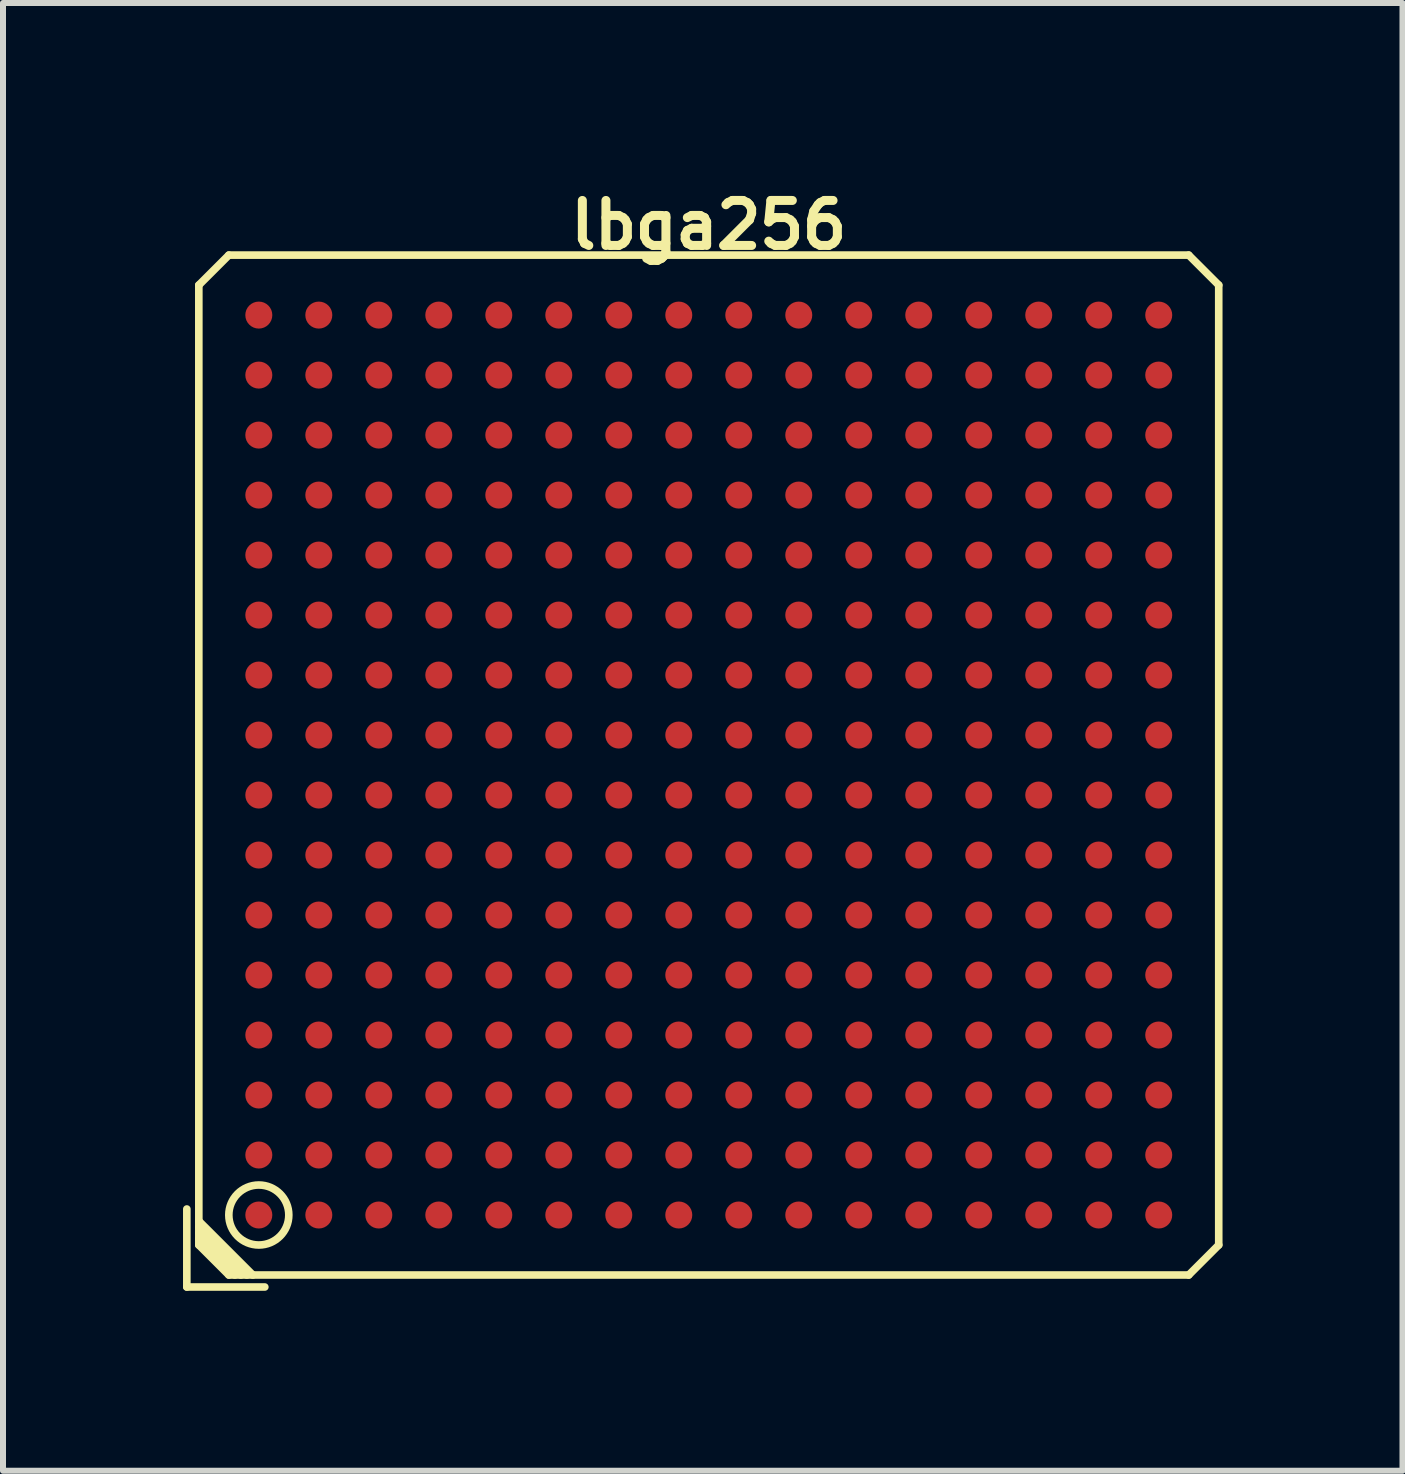
<source format=kicad_pcb>
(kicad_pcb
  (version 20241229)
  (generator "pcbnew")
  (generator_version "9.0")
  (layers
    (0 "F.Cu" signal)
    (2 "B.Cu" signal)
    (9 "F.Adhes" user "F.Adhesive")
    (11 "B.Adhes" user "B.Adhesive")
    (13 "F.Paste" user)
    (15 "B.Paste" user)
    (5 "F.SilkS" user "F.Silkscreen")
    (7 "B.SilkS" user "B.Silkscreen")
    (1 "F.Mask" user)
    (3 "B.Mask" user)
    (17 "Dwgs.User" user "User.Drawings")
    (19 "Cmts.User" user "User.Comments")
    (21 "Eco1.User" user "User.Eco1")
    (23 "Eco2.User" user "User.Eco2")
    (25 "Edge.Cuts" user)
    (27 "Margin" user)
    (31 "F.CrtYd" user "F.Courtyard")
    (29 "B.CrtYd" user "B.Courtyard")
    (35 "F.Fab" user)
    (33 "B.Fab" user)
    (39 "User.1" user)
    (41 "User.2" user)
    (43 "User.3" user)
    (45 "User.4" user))
  (footprint "lbga256"
    (layer "F.Cu")
    (at 8.764 9.702)
    (property "Reference" "lbga256" (at 0 -9 0) (layer "F.SilkS") (effects (font (size 0.75 0.75) (thickness 0.15))))
    (attr through_hole)
    (fp_line (start -8.7 7.4) (end -8.7 8.7) (stroke (width 0.127) (type solid)) (layer "F.SilkS"))
    (fp_line (start -8.7 8.7) (end -7.4 8.7) (stroke (width 0.127) (type solid)) (layer "F.SilkS"))
    (fp_line (start -8.5 -8) (end -8.5 8) (stroke (width 0.127) (type solid)) (layer "F.SilkS"))
    (fp_line (start -8.5 -8) (end -8 -8.5) (stroke (width 0.127) (type solid)) (layer "F.SilkS"))
    (fp_line (start -8.5 7.7) (end -7.7 8.5) (stroke (width 0.127) (type solid)) (layer "F.SilkS"))
    (fp_line (start -8.5 7.9) (end -7.9 8.5) (stroke (width 0.127) (type solid)) (layer "F.SilkS"))
    (fp_line (start -8 8.5) (end -8.5 8) (stroke (width 0.127) (type solid)) (layer "F.SilkS"))
    (fp_line (start -8 8.5) (end 8 8.5) (stroke (width 0.127) (type solid)) (layer "F.SilkS"))
    (fp_line (start -7.8 8.5) (end -8.5 7.8) (stroke (width 0.127) (type solid)) (layer "F.SilkS"))
    (fp_line (start -7.6 8.5) (end -8.5 7.6) (stroke (width 0.127) (type solid)) (layer "F.SilkS"))
    (fp_line (start 8 -8.5) (end -8 -8.5) (stroke (width 0.127) (type solid)) (layer "F.SilkS"))
    (fp_line (start 8 -8.5) (end 8.5 -8) (stroke (width 0.127) (type solid)) (layer "F.SilkS"))
    (fp_line (start 8.5 8) (end 8 8.5) (stroke (width 0.127) (type solid)) (layer "F.SilkS"))
    (fp_line (start 8.5 8) (end 8.5 -8) (stroke (width 0.127) (type solid)) (layer "F.SilkS"))
    (fp_circle (center -7.5 7.5) (end -7.9 7.8) (stroke (width 0.127) (type solid)) (fill no) (layer "F.SilkS"))
    (pad "A1" smd circle (at -7.5 7.5) (size 0.45 0.45) (layers "F.Cu" "F.Mask" "F.Paste"))
    (pad "A2" smd circle (at -6.5 7.5) (size 0.45 0.45) (layers "F.Cu" "F.Mask" "F.Paste"))
    (pad "A3" smd circle (at -5.5 7.5) (size 0.45 0.45) (layers "F.Cu" "F.Mask" "F.Paste"))
    (pad "A4" smd circle (at -4.5 7.5) (size 0.45 0.45) (layers "F.Cu" "F.Mask" "F.Paste"))
    (pad "A5" smd circle (at -3.5 7.5) (size 0.45 0.45) (layers "F.Cu" "F.Mask" "F.Paste"))
    (pad "A6" smd circle (at -2.5 7.5) (size 0.45 0.45) (layers "F.Cu" "F.Mask" "F.Paste"))
    (pad "A7" smd circle (at -1.5 7.5) (size 0.45 0.45) (layers "F.Cu" "F.Mask" "F.Paste"))
    (pad "A8" smd circle (at -0.5 7.5) (size 0.45 0.45) (layers "F.Cu" "F.Mask" "F.Paste"))
    (pad "A9" smd circle (at 0.5 7.5) (size 0.45 0.45) (layers "F.Cu" "F.Mask" "F.Paste"))
    (pad "A10" smd circle (at 1.5 7.5) (size 0.45 0.45) (layers "F.Cu" "F.Mask" "F.Paste"))
    (pad "A11" smd circle (at 2.5 7.5) (size 0.45 0.45) (layers "F.Cu" "F.Mask" "F.Paste"))
    (pad "A12" smd circle (at 3.5 7.5) (size 0.45 0.45) (layers "F.Cu" "F.Mask" "F.Paste"))
    (pad "A13" smd circle (at 4.5 7.5) (size 0.45 0.45) (layers "F.Cu" "F.Mask" "F.Paste"))
    (pad "A14" smd circle (at 5.5 7.5) (size 0.45 0.45) (layers "F.Cu" "F.Mask" "F.Paste"))
    (pad "A15" smd circle (at 6.5 7.5) (size 0.45 0.45) (layers "F.Cu" "F.Mask" "F.Paste"))
    (pad "A16" smd circle (at 7.5 7.5) (size 0.45 0.45) (layers "F.Cu" "F.Mask" "F.Paste"))
    (pad "B1" smd circle (at -7.5 6.5) (size 0.45 0.45) (layers "F.Cu" "F.Mask" "F.Paste"))
    (pad "B2" smd circle (at -6.5 6.5) (size 0.45 0.45) (layers "F.Cu" "F.Mask" "F.Paste"))
    (pad "B3" smd circle (at -5.5 6.5) (size 0.45 0.45) (layers "F.Cu" "F.Mask" "F.Paste"))
    (pad "B4" smd circle (at -4.5 6.5) (size 0.45 0.45) (layers "F.Cu" "F.Mask" "F.Paste"))
    (pad "B5" smd circle (at -3.5 6.5) (size 0.45 0.45) (layers "F.Cu" "F.Mask" "F.Paste"))
    (pad "B6" smd circle (at -2.5 6.5) (size 0.45 0.45) (layers "F.Cu" "F.Mask" "F.Paste"))
    (pad "B7" smd circle (at -1.5 6.5) (size 0.45 0.45) (layers "F.Cu" "F.Mask" "F.Paste"))
    (pad "B8" smd circle (at -0.5 6.5) (size 0.45 0.45) (layers "F.Cu" "F.Mask" "F.Paste"))
    (pad "B9" smd circle (at 0.5 6.5) (size 0.45 0.45) (layers "F.Cu" "F.Mask" "F.Paste"))
    (pad "B10" smd circle (at 1.5 6.5) (size 0.45 0.45) (layers "F.Cu" "F.Mask" "F.Paste"))
    (pad "B11" smd circle (at 2.5 6.5) (size 0.45 0.45) (layers "F.Cu" "F.Mask" "F.Paste"))
    (pad "B12" smd circle (at 3.5 6.5) (size 0.45 0.45) (layers "F.Cu" "F.Mask" "F.Paste"))
    (pad "B13" smd circle (at 4.5 6.5) (size 0.45 0.45) (layers "F.Cu" "F.Mask" "F.Paste"))
    (pad "B14" smd circle (at 5.5 6.5) (size 0.45 0.45) (layers "F.Cu" "F.Mask" "F.Paste"))
    (pad "B15" smd circle (at 6.5 6.5) (size 0.45 0.45) (layers "F.Cu" "F.Mask" "F.Paste"))
    (pad "B16" smd circle (at 7.5 6.5) (size 0.45 0.45) (layers "F.Cu" "F.Mask" "F.Paste"))
    (pad "C1" smd circle (at -7.5 5.5) (size 0.45 0.45) (layers "F.Cu" "F.Mask" "F.Paste"))
    (pad "C2" smd circle (at -6.5 5.5) (size 0.45 0.45) (layers "F.Cu" "F.Mask" "F.Paste"))
    (pad "C3" smd circle (at -5.5 5.5) (size 0.45 0.45) (layers "F.Cu" "F.Mask" "F.Paste"))
    (pad "C4" smd circle (at -4.5 5.5) (size 0.45 0.45) (layers "F.Cu" "F.Mask" "F.Paste"))
    (pad "C5" smd circle (at -3.5 5.5) (size 0.45 0.45) (layers "F.Cu" "F.Mask" "F.Paste"))
    (pad "C6" smd circle (at -2.5 5.5) (size 0.45 0.45) (layers "F.Cu" "F.Mask" "F.Paste"))
    (pad "C7" smd circle (at -1.5 5.5) (size 0.45 0.45) (layers "F.Cu" "F.Mask" "F.Paste"))
    (pad "C8" smd circle (at -0.5 5.5) (size 0.45 0.45) (layers "F.Cu" "F.Mask" "F.Paste"))
    (pad "C9" smd circle (at 0.5 5.5) (size 0.45 0.45) (layers "F.Cu" "F.Mask" "F.Paste"))
    (pad "C10" smd circle (at 1.5 5.5) (size 0.45 0.45) (layers "F.Cu" "F.Mask" "F.Paste"))
    (pad "C11" smd circle (at 2.5 5.5) (size 0.45 0.45) (layers "F.Cu" "F.Mask" "F.Paste"))
    (pad "C12" smd circle (at 3.5 5.5) (size 0.45 0.45) (layers "F.Cu" "F.Mask" "F.Paste"))
    (pad "C13" smd circle (at 4.5 5.5) (size 0.45 0.45) (layers "F.Cu" "F.Mask" "F.Paste"))
    (pad "C14" smd circle (at 5.5 5.5) (size 0.45 0.45) (layers "F.Cu" "F.Mask" "F.Paste"))
    (pad "C15" smd circle (at 6.5 5.5) (size 0.45 0.45) (layers "F.Cu" "F.Mask" "F.Paste"))
    (pad "C16" smd circle (at 7.5 5.5) (size 0.45 0.45) (layers "F.Cu" "F.Mask" "F.Paste"))
    (pad "D1" smd circle (at -7.5 4.5) (size 0.45 0.45) (layers "F.Cu" "F.Mask" "F.Paste"))
    (pad "D2" smd circle (at -6.5 4.5) (size 0.45 0.45) (layers "F.Cu" "F.Mask" "F.Paste"))
    (pad "D3" smd circle (at -5.5 4.5) (size 0.45 0.45) (layers "F.Cu" "F.Mask" "F.Paste"))
    (pad "D4" smd circle (at -4.5 4.5) (size 0.45 0.45) (layers "F.Cu" "F.Mask" "F.Paste"))
    (pad "D5" smd circle (at -3.5 4.5) (size 0.45 0.45) (layers "F.Cu" "F.Mask" "F.Paste"))
    (pad "D6" smd circle (at -2.5 4.5) (size 0.45 0.45) (layers "F.Cu" "F.Mask" "F.Paste"))
    (pad "D7" smd circle (at -1.5 4.5) (size 0.45 0.45) (layers "F.Cu" "F.Mask" "F.Paste"))
    (pad "D8" smd circle (at -0.5 4.5) (size 0.45 0.45) (layers "F.Cu" "F.Mask" "F.Paste"))
    (pad "D9" smd circle (at 0.5 4.5) (size 0.45 0.45) (layers "F.Cu" "F.Mask" "F.Paste"))
    (pad "D10" smd circle (at 1.5 4.5) (size 0.45 0.45) (layers "F.Cu" "F.Mask" "F.Paste"))
    (pad "D11" smd circle (at 2.5 4.5) (size 0.45 0.45) (layers "F.Cu" "F.Mask" "F.Paste"))
    (pad "D12" smd circle (at 3.5 4.5) (size 0.45 0.45) (layers "F.Cu" "F.Mask" "F.Paste"))
    (pad "D13" smd circle (at 4.5 4.5) (size 0.45 0.45) (layers "F.Cu" "F.Mask" "F.Paste"))
    (pad "D14" smd circle (at 5.5 4.5) (size 0.45 0.45) (layers "F.Cu" "F.Mask" "F.Paste"))
    (pad "D15" smd circle (at 6.5 4.5) (size 0.45 0.45) (layers "F.Cu" "F.Mask" "F.Paste"))
    (pad "D16" smd circle (at 7.5 4.5) (size 0.45 0.45) (layers "F.Cu" "F.Mask" "F.Paste"))
    (pad "E1" smd circle (at -7.5 3.5) (size 0.45 0.45) (layers "F.Cu" "F.Mask" "F.Paste"))
    (pad "E2" smd circle (at -6.5 3.5) (size 0.45 0.45) (layers "F.Cu" "F.Mask" "F.Paste"))
    (pad "E3" smd circle (at -5.5 3.5) (size 0.45 0.45) (layers "F.Cu" "F.Mask" "F.Paste"))
    (pad "E4" smd circle (at -4.5 3.5) (size 0.45 0.45) (layers "F.Cu" "F.Mask" "F.Paste"))
    (pad "E5" smd circle (at -3.5 3.5) (size 0.45 0.45) (layers "F.Cu" "F.Mask" "F.Paste"))
    (pad "E6" smd circle (at -2.5 3.5) (size 0.45 0.45) (layers "F.Cu" "F.Mask" "F.Paste"))
    (pad "E7" smd circle (at -1.5 3.5) (size 0.45 0.45) (layers "F.Cu" "F.Mask" "F.Paste"))
    (pad "E8" smd circle (at -0.5 3.5) (size 0.45 0.45) (layers "F.Cu" "F.Mask" "F.Paste"))
    (pad "E9" smd circle (at 0.5 3.5) (size 0.45 0.45) (layers "F.Cu" "F.Mask" "F.Paste"))
    (pad "E10" smd circle (at 1.5 3.5) (size 0.45 0.45) (layers "F.Cu" "F.Mask" "F.Paste"))
    (pad "E11" smd circle (at 2.5 3.5) (size 0.45 0.45) (layers "F.Cu" "F.Mask" "F.Paste"))
    (pad "E12" smd circle (at 3.5 3.5) (size 0.45 0.45) (layers "F.Cu" "F.Mask" "F.Paste"))
    (pad "E13" smd circle (at 4.5 3.5) (size 0.45 0.45) (layers "F.Cu" "F.Mask" "F.Paste"))
    (pad "E14" smd circle (at 5.5 3.5) (size 0.45 0.45) (layers "F.Cu" "F.Mask" "F.Paste"))
    (pad "E15" smd circle (at 6.5 3.5) (size 0.45 0.45) (layers "F.Cu" "F.Mask" "F.Paste"))
    (pad "E16" smd circle (at 7.5 3.5) (size 0.45 0.45) (layers "F.Cu" "F.Mask" "F.Paste"))
    (pad "F1" smd circle (at -7.5 2.5) (size 0.45 0.45) (layers "F.Cu" "F.Mask" "F.Paste"))
    (pad "F2" smd circle (at -6.5 2.5) (size 0.45 0.45) (layers "F.Cu" "F.Mask" "F.Paste"))
    (pad "F3" smd circle (at -5.5 2.5) (size 0.45 0.45) (layers "F.Cu" "F.Mask" "F.Paste"))
    (pad "F4" smd circle (at -4.5 2.5) (size 0.45 0.45) (layers "F.Cu" "F.Mask" "F.Paste"))
    (pad "F5" smd circle (at -3.5 2.5) (size 0.45 0.45) (layers "F.Cu" "F.Mask" "F.Paste"))
    (pad "F6" smd circle (at -2.5 2.5) (size 0.45 0.45) (layers "F.Cu" "F.Mask" "F.Paste"))
    (pad "F7" smd circle (at -1.5 2.5) (size 0.45 0.45) (layers "F.Cu" "F.Mask" "F.Paste"))
    (pad "F8" smd circle (at -0.5 2.5) (size 0.45 0.45) (layers "F.Cu" "F.Mask" "F.Paste"))
    (pad "F9" smd circle (at 0.5 2.5) (size 0.45 0.45) (layers "F.Cu" "F.Mask" "F.Paste"))
    (pad "F10" smd circle (at 1.5 2.5) (size 0.45 0.45) (layers "F.Cu" "F.Mask" "F.Paste"))
    (pad "F11" smd circle (at 2.5 2.5) (size 0.45 0.45) (layers "F.Cu" "F.Mask" "F.Paste"))
    (pad "F12" smd circle (at 3.5 2.5) (size 0.45 0.45) (layers "F.Cu" "F.Mask" "F.Paste"))
    (pad "F13" smd circle (at 4.5 2.5) (size 0.45 0.45) (layers "F.Cu" "F.Mask" "F.Paste"))
    (pad "F14" smd circle (at 5.5 2.5) (size 0.45 0.45) (layers "F.Cu" "F.Mask" "F.Paste"))
    (pad "F15" smd circle (at 6.5 2.5) (size 0.45 0.45) (layers "F.Cu" "F.Mask" "F.Paste"))
    (pad "F16" smd circle (at 7.5 2.5) (size 0.45 0.45) (layers "F.Cu" "F.Mask" "F.Paste"))
    (pad "G1" smd circle (at -7.5 1.5) (size 0.45 0.45) (layers "F.Cu" "F.Mask" "F.Paste"))
    (pad "G2" smd circle (at -6.5 1.5) (size 0.45 0.45) (layers "F.Cu" "F.Mask" "F.Paste"))
    (pad "G3" smd circle (at -5.5 1.5) (size 0.45 0.45) (layers "F.Cu" "F.Mask" "F.Paste"))
    (pad "G4" smd circle (at -4.5 1.5) (size 0.45 0.45) (layers "F.Cu" "F.Mask" "F.Paste"))
    (pad "G5" smd circle (at -3.5 1.5) (size 0.45 0.45) (layers "F.Cu" "F.Mask" "F.Paste"))
    (pad "G6" smd circle (at -2.5 1.5) (size 0.45 0.45) (layers "F.Cu" "F.Mask" "F.Paste"))
    (pad "G7" smd circle (at -1.5 1.5) (size 0.45 0.45) (layers "F.Cu" "F.Mask" "F.Paste"))
    (pad "G8" smd circle (at -0.5 1.5) (size 0.45 0.45) (layers "F.Cu" "F.Mask" "F.Paste"))
    (pad "G9" smd circle (at 0.5 1.5) (size 0.45 0.45) (layers "F.Cu" "F.Mask" "F.Paste"))
    (pad "G10" smd circle (at 1.5 1.5) (size 0.45 0.45) (layers "F.Cu" "F.Mask" "F.Paste"))
    (pad "G11" smd circle (at 2.5 1.5) (size 0.45 0.45) (layers "F.Cu" "F.Mask" "F.Paste"))
    (pad "G12" smd circle (at 3.5 1.5) (size 0.45 0.45) (layers "F.Cu" "F.Mask" "F.Paste"))
    (pad "G13" smd circle (at 4.5 1.5) (size 0.45 0.45) (layers "F.Cu" "F.Mask" "F.Paste"))
    (pad "G14" smd circle (at 5.5 1.5) (size 0.45 0.45) (layers "F.Cu" "F.Mask" "F.Paste"))
    (pad "G15" smd circle (at 6.5 1.5) (size 0.45 0.45) (layers "F.Cu" "F.Mask" "F.Paste"))
    (pad "G16" smd circle (at 7.5 1.5) (size 0.45 0.45) (layers "F.Cu" "F.Mask" "F.Paste"))
    (pad "H1" smd circle (at -7.5 0.5) (size 0.45 0.45) (layers "F.Cu" "F.Mask" "F.Paste"))
    (pad "H2" smd circle (at -6.5 0.5) (size 0.45 0.45) (layers "F.Cu" "F.Mask" "F.Paste"))
    (pad "H3" smd circle (at -5.5 0.5) (size 0.45 0.45) (layers "F.Cu" "F.Mask" "F.Paste"))
    (pad "H4" smd circle (at -4.5 0.5) (size 0.45 0.45) (layers "F.Cu" "F.Mask" "F.Paste"))
    (pad "H5" smd circle (at -3.5 0.5) (size 0.45 0.45) (layers "F.Cu" "F.Mask" "F.Paste"))
    (pad "H6" smd circle (at -2.5 0.5) (size 0.45 0.45) (layers "F.Cu" "F.Mask" "F.Paste"))
    (pad "H7" smd circle (at -1.5 0.5) (size 0.45 0.45) (layers "F.Cu" "F.Mask" "F.Paste"))
    (pad "H8" smd circle (at -0.5 0.5) (size 0.45 0.45) (layers "F.Cu" "F.Mask" "F.Paste"))
    (pad "H9" smd circle (at 0.5 0.5) (size 0.45 0.45) (layers "F.Cu" "F.Mask" "F.Paste"))
    (pad "H10" smd circle (at 1.5 0.5) (size 0.45 0.45) (layers "F.Cu" "F.Mask" "F.Paste"))
    (pad "H11" smd circle (at 2.5 0.5) (size 0.45 0.45) (layers "F.Cu" "F.Mask" "F.Paste"))
    (pad "H12" smd circle (at 3.5 0.5) (size 0.45 0.45) (layers "F.Cu" "F.Mask" "F.Paste"))
    (pad "H13" smd circle (at 4.5 0.5) (size 0.45 0.45) (layers "F.Cu" "F.Mask" "F.Paste"))
    (pad "H14" smd circle (at 5.5 0.5) (size 0.45 0.45) (layers "F.Cu" "F.Mask" "F.Paste"))
    (pad "H15" smd circle (at 6.5 0.5) (size 0.45 0.45) (layers "F.Cu" "F.Mask" "F.Paste"))
    (pad "H16" smd circle (at 7.5 0.5) (size 0.45 0.45) (layers "F.Cu" "F.Mask" "F.Paste"))
    (pad "J1" smd circle (at -7.5 -0.5) (size 0.45 0.45) (layers "F.Cu" "F.Mask" "F.Paste"))
    (pad "J2" smd circle (at -6.5 -0.5) (size 0.45 0.45) (layers "F.Cu" "F.Mask" "F.Paste"))
    (pad "J3" smd circle (at -5.5 -0.5) (size 0.45 0.45) (layers "F.Cu" "F.Mask" "F.Paste"))
    (pad "J4" smd circle (at -4.5 -0.5) (size 0.45 0.45) (layers "F.Cu" "F.Mask" "F.Paste"))
    (pad "J5" smd circle (at -3.5 -0.5) (size 0.45 0.45) (layers "F.Cu" "F.Mask" "F.Paste"))
    (pad "J6" smd circle (at -2.5 -0.5) (size 0.45 0.45) (layers "F.Cu" "F.Mask" "F.Paste"))
    (pad "J7" smd circle (at -1.5 -0.5) (size 0.45 0.45) (layers "F.Cu" "F.Mask" "F.Paste"))
    (pad "J8" smd circle (at -0.5 -0.5) (size 0.45 0.45) (layers "F.Cu" "F.Mask" "F.Paste"))
    (pad "J9" smd circle (at 0.5 -0.5) (size 0.45 0.45) (layers "F.Cu" "F.Mask" "F.Paste"))
    (pad "J10" smd circle (at 1.5 -0.5) (size 0.45 0.45) (layers "F.Cu" "F.Mask" "F.Paste"))
    (pad "J11" smd circle (at 2.5 -0.5) (size 0.45 0.45) (layers "F.Cu" "F.Mask" "F.Paste"))
    (pad "J12" smd circle (at 3.5 -0.5) (size 0.45 0.45) (layers "F.Cu" "F.Mask" "F.Paste"))
    (pad "J13" smd circle (at 4.5 -0.5) (size 0.45 0.45) (layers "F.Cu" "F.Mask" "F.Paste"))
    (pad "J14" smd circle (at 5.5 -0.5) (size 0.45 0.45) (layers "F.Cu" "F.Mask" "F.Paste"))
    (pad "J15" smd circle (at 6.5 -0.5) (size 0.45 0.45) (layers "F.Cu" "F.Mask" "F.Paste"))
    (pad "J16" smd circle (at 7.5 -0.5) (size 0.45 0.45) (layers "F.Cu" "F.Mask" "F.Paste"))
    (pad "K1" smd circle (at -7.5 -1.5) (size 0.45 0.45) (layers "F.Cu" "F.Mask" "F.Paste"))
    (pad "K2" smd circle (at -6.5 -1.5) (size 0.45 0.45) (layers "F.Cu" "F.Mask" "F.Paste"))
    (pad "K3" smd circle (at -5.5 -1.5) (size 0.45 0.45) (layers "F.Cu" "F.Mask" "F.Paste"))
    (pad "K4" smd circle (at -4.5 -1.5) (size 0.45 0.45) (layers "F.Cu" "F.Mask" "F.Paste"))
    (pad "K5" smd circle (at -3.5 -1.5) (size 0.45 0.45) (layers "F.Cu" "F.Mask" "F.Paste"))
    (pad "K6" smd circle (at -2.5 -1.5) (size 0.45 0.45) (layers "F.Cu" "F.Mask" "F.Paste"))
    (pad "K7" smd circle (at -1.5 -1.5) (size 0.45 0.45) (layers "F.Cu" "F.Mask" "F.Paste"))
    (pad "K8" smd circle (at -0.5 -1.5) (size 0.45 0.45) (layers "F.Cu" "F.Mask" "F.Paste"))
    (pad "K9" smd circle (at 0.5 -1.5) (size 0.45 0.45) (layers "F.Cu" "F.Mask" "F.Paste"))
    (pad "K10" smd circle (at 1.5 -1.5) (size 0.45 0.45) (layers "F.Cu" "F.Mask" "F.Paste"))
    (pad "K11" smd circle (at 2.5 -1.5) (size 0.45 0.45) (layers "F.Cu" "F.Mask" "F.Paste"))
    (pad "K12" smd circle (at 3.5 -1.5) (size 0.45 0.45) (layers "F.Cu" "F.Mask" "F.Paste"))
    (pad "K13" smd circle (at 4.5 -1.5) (size 0.45 0.45) (layers "F.Cu" "F.Mask" "F.Paste"))
    (pad "K14" smd circle (at 5.5 -1.5) (size 0.45 0.45) (layers "F.Cu" "F.Mask" "F.Paste"))
    (pad "K15" smd circle (at 6.5 -1.5) (size 0.45 0.45) (layers "F.Cu" "F.Mask" "F.Paste"))
    (pad "K16" smd circle (at 7.5 -1.5) (size 0.45 0.45) (layers "F.Cu" "F.Mask" "F.Paste"))
    (pad "L1" smd circle (at -7.5 -2.5) (size 0.45 0.45) (layers "F.Cu" "F.Mask" "F.Paste"))
    (pad "L2" smd circle (at -6.5 -2.5) (size 0.45 0.45) (layers "F.Cu" "F.Mask" "F.Paste"))
    (pad "L3" smd circle (at -5.5 -2.5) (size 0.45 0.45) (layers "F.Cu" "F.Mask" "F.Paste"))
    (pad "L4" smd circle (at -4.5 -2.5) (size 0.45 0.45) (layers "F.Cu" "F.Mask" "F.Paste"))
    (pad "L5" smd circle (at -3.5 -2.5) (size 0.45 0.45) (layers "F.Cu" "F.Mask" "F.Paste"))
    (pad "L6" smd circle (at -2.5 -2.5) (size 0.45 0.45) (layers "F.Cu" "F.Mask" "F.Paste"))
    (pad "L7" smd circle (at -1.5 -2.5) (size 0.45 0.45) (layers "F.Cu" "F.Mask" "F.Paste"))
    (pad "L8" smd circle (at -0.5 -2.5) (size 0.45 0.45) (layers "F.Cu" "F.Mask" "F.Paste"))
    (pad "L9" smd circle (at 0.5 -2.5) (size 0.45 0.45) (layers "F.Cu" "F.Mask" "F.Paste"))
    (pad "L10" smd circle (at 1.5 -2.5) (size 0.45 0.45) (layers "F.Cu" "F.Mask" "F.Paste"))
    (pad "L11" smd circle (at 2.5 -2.5) (size 0.45 0.45) (layers "F.Cu" "F.Mask" "F.Paste"))
    (pad "L12" smd circle (at 3.5 -2.5) (size 0.45 0.45) (layers "F.Cu" "F.Mask" "F.Paste"))
    (pad "L13" smd circle (at 4.5 -2.5) (size 0.45 0.45) (layers "F.Cu" "F.Mask" "F.Paste"))
    (pad "L14" smd circle (at 5.5 -2.5) (size 0.45 0.45) (layers "F.Cu" "F.Mask" "F.Paste"))
    (pad "L15" smd circle (at 6.5 -2.5) (size 0.45 0.45) (layers "F.Cu" "F.Mask" "F.Paste"))
    (pad "L16" smd circle (at 7.5 -2.5) (size 0.45 0.45) (layers "F.Cu" "F.Mask" "F.Paste"))
    (pad "M1" smd circle (at -7.5 -3.5) (size 0.45 0.45) (layers "F.Cu" "F.Mask" "F.Paste"))
    (pad "M2" smd circle (at -6.5 -3.5) (size 0.45 0.45) (layers "F.Cu" "F.Mask" "F.Paste"))
    (pad "M3" smd circle (at -5.5 -3.5) (size 0.45 0.45) (layers "F.Cu" "F.Mask" "F.Paste"))
    (pad "M4" smd circle (at -4.5 -3.5) (size 0.45 0.45) (layers "F.Cu" "F.Mask" "F.Paste"))
    (pad "M5" smd circle (at -3.5 -3.5) (size 0.45 0.45) (layers "F.Cu" "F.Mask" "F.Paste"))
    (pad "M6" smd circle (at -2.5 -3.5) (size 0.45 0.45) (layers "F.Cu" "F.Mask" "F.Paste"))
    (pad "M7" smd circle (at -1.5 -3.5) (size 0.45 0.45) (layers "F.Cu" "F.Mask" "F.Paste"))
    (pad "M8" smd circle (at -0.5 -3.5) (size 0.45 0.45) (layers "F.Cu" "F.Mask" "F.Paste"))
    (pad "M9" smd circle (at 0.5 -3.5) (size 0.45 0.45) (layers "F.Cu" "F.Mask" "F.Paste"))
    (pad "M10" smd circle (at 1.5 -3.5) (size 0.45 0.45) (layers "F.Cu" "F.Mask" "F.Paste"))
    (pad "M11" smd circle (at 2.5 -3.5) (size 0.45 0.45) (layers "F.Cu" "F.Mask" "F.Paste"))
    (pad "M12" smd circle (at 3.5 -3.5) (size 0.45 0.45) (layers "F.Cu" "F.Mask" "F.Paste"))
    (pad "M13" smd circle (at 4.5 -3.5) (size 0.45 0.45) (layers "F.Cu" "F.Mask" "F.Paste"))
    (pad "M14" smd circle (at 5.5 -3.5) (size 0.45 0.45) (layers "F.Cu" "F.Mask" "F.Paste"))
    (pad "M15" smd circle (at 6.5 -3.5) (size 0.45 0.45) (layers "F.Cu" "F.Mask" "F.Paste"))
    (pad "M16" smd circle (at 7.5 -3.5) (size 0.45 0.45) (layers "F.Cu" "F.Mask" "F.Paste"))
    (pad "N1" smd circle (at -7.5 -4.5) (size 0.45 0.45) (layers "F.Cu" "F.Mask" "F.Paste"))
    (pad "N2" smd circle (at -6.5 -4.5) (size 0.45 0.45) (layers "F.Cu" "F.Mask" "F.Paste"))
    (pad "N3" smd circle (at -5.5 -4.5) (size 0.45 0.45) (layers "F.Cu" "F.Mask" "F.Paste"))
    (pad "N4" smd circle (at -4.5 -4.5) (size 0.45 0.45) (layers "F.Cu" "F.Mask" "F.Paste"))
    (pad "N5" smd circle (at -3.5 -4.5) (size 0.45 0.45) (layers "F.Cu" "F.Mask" "F.Paste"))
    (pad "N6" smd circle (at -2.5 -4.5) (size 0.45 0.45) (layers "F.Cu" "F.Mask" "F.Paste"))
    (pad "N7" smd circle (at -1.5 -4.5) (size 0.45 0.45) (layers "F.Cu" "F.Mask" "F.Paste"))
    (pad "N8" smd circle (at -0.5 -4.5) (size 0.45 0.45) (layers "F.Cu" "F.Mask" "F.Paste"))
    (pad "N9" smd circle (at 0.5 -4.5) (size 0.45 0.45) (layers "F.Cu" "F.Mask" "F.Paste"))
    (pad "N10" smd circle (at 1.5 -4.5) (size 0.45 0.45) (layers "F.Cu" "F.Mask" "F.Paste"))
    (pad "N11" smd circle (at 2.5 -4.5) (size 0.45 0.45) (layers "F.Cu" "F.Mask" "F.Paste"))
    (pad "N12" smd circle (at 3.5 -4.5) (size 0.45 0.45) (layers "F.Cu" "F.Mask" "F.Paste"))
    (pad "N13" smd circle (at 4.5 -4.5) (size 0.45 0.45) (layers "F.Cu" "F.Mask" "F.Paste"))
    (pad "N14" smd circle (at 5.5 -4.5) (size 0.45 0.45) (layers "F.Cu" "F.Mask" "F.Paste"))
    (pad "N15" smd circle (at 6.5 -4.5) (size 0.45 0.45) (layers "F.Cu" "F.Mask" "F.Paste"))
    (pad "N16" smd circle (at 7.5 -4.5) (size 0.45 0.45) (layers "F.Cu" "F.Mask" "F.Paste"))
    (pad "P1" smd circle (at -7.5 -5.5) (size 0.45 0.45) (layers "F.Cu" "F.Mask" "F.Paste"))
    (pad "P2" smd circle (at -6.5 -5.5) (size 0.45 0.45) (layers "F.Cu" "F.Mask" "F.Paste"))
    (pad "P3" smd circle (at -5.5 -5.5) (size 0.45 0.45) (layers "F.Cu" "F.Mask" "F.Paste"))
    (pad "P4" smd circle (at -4.5 -5.5) (size 0.45 0.45) (layers "F.Cu" "F.Mask" "F.Paste"))
    (pad "P5" smd circle (at -3.5 -5.5) (size 0.45 0.45) (layers "F.Cu" "F.Mask" "F.Paste"))
    (pad "P6" smd circle (at -2.5 -5.5) (size 0.45 0.45) (layers "F.Cu" "F.Mask" "F.Paste"))
    (pad "P7" smd circle (at -1.5 -5.5) (size 0.45 0.45) (layers "F.Cu" "F.Mask" "F.Paste"))
    (pad "P8" smd circle (at -0.5 -5.5) (size 0.45 0.45) (layers "F.Cu" "F.Mask" "F.Paste"))
    (pad "P9" smd circle (at 0.5 -5.5) (size 0.45 0.45) (layers "F.Cu" "F.Mask" "F.Paste"))
    (pad "P10" smd circle (at 1.5 -5.5) (size 0.45 0.45) (layers "F.Cu" "F.Mask" "F.Paste"))
    (pad "P11" smd circle (at 2.5 -5.5) (size 0.45 0.45) (layers "F.Cu" "F.Mask" "F.Paste"))
    (pad "P12" smd circle (at 3.5 -5.5) (size 0.45 0.45) (layers "F.Cu" "F.Mask" "F.Paste"))
    (pad "P13" smd circle (at 4.5 -5.5) (size 0.45 0.45) (layers "F.Cu" "F.Mask" "F.Paste"))
    (pad "P14" smd circle (at 5.5 -5.5) (size 0.45 0.45) (layers "F.Cu" "F.Mask" "F.Paste"))
    (pad "P15" smd circle (at 6.5 -5.5) (size 0.45 0.45) (layers "F.Cu" "F.Mask" "F.Paste"))
    (pad "P16" smd circle (at 7.5 -5.5) (size 0.45 0.45) (layers "F.Cu" "F.Mask" "F.Paste"))
    (pad "R1" smd circle (at -7.5 -6.5) (size 0.45 0.45) (layers "F.Cu" "F.Mask" "F.Paste"))
    (pad "R2" smd circle (at -6.5 -6.5) (size 0.45 0.45) (layers "F.Cu" "F.Mask" "F.Paste"))
    (pad "R3" smd circle (at -5.5 -6.5) (size 0.45 0.45) (layers "F.Cu" "F.Mask" "F.Paste"))
    (pad "R4" smd circle (at -4.5 -6.5) (size 0.45 0.45) (layers "F.Cu" "F.Mask" "F.Paste"))
    (pad "R5" smd circle (at -3.5 -6.5) (size 0.45 0.45) (layers "F.Cu" "F.Mask" "F.Paste"))
    (pad "R6" smd circle (at -2.5 -6.5) (size 0.45 0.45) (layers "F.Cu" "F.Mask" "F.Paste"))
    (pad "R7" smd circle (at -1.5 -6.5) (size 0.45 0.45) (layers "F.Cu" "F.Mask" "F.Paste"))
    (pad "R8" smd circle (at -0.5 -6.5) (size 0.45 0.45) (layers "F.Cu" "F.Mask" "F.Paste"))
    (pad "R9" smd circle (at 0.5 -6.5) (size 0.45 0.45) (layers "F.Cu" "F.Mask" "F.Paste"))
    (pad "R10" smd circle (at 1.5 -6.5) (size 0.45 0.45) (layers "F.Cu" "F.Mask" "F.Paste"))
    (pad "R11" smd circle (at 2.5 -6.5) (size 0.45 0.45) (layers "F.Cu" "F.Mask" "F.Paste"))
    (pad "R12" smd circle (at 3.5 -6.5) (size 0.45 0.45) (layers "F.Cu" "F.Mask" "F.Paste"))
    (pad "R13" smd circle (at 4.5 -6.5) (size 0.45 0.45) (layers "F.Cu" "F.Mask" "F.Paste"))
    (pad "R14" smd circle (at 5.5 -6.5) (size 0.45 0.45) (layers "F.Cu" "F.Mask" "F.Paste"))
    (pad "R15" smd circle (at 6.5 -6.5) (size 0.45 0.45) (layers "F.Cu" "F.Mask" "F.Paste"))
    (pad "R16" smd circle (at 7.5 -6.5) (size 0.45 0.45) (layers "F.Cu" "F.Mask" "F.Paste"))
    (pad "T1" smd circle (at -7.5 -7.5) (size 0.45 0.45) (layers "F.Cu" "F.Mask" "F.Paste"))
    (pad "T2" smd circle (at -6.5 -7.5) (size 0.45 0.45) (layers "F.Cu" "F.Mask" "F.Paste"))
    (pad "T3" smd circle (at -5.5 -7.5) (size 0.45 0.45) (layers "F.Cu" "F.Mask" "F.Paste"))
    (pad "T4" smd circle (at -4.5 -7.5) (size 0.45 0.45) (layers "F.Cu" "F.Mask" "F.Paste"))
    (pad "T5" smd circle (at -3.5 -7.5) (size 0.45 0.45) (layers "F.Cu" "F.Mask" "F.Paste"))
    (pad "T6" smd circle (at -2.5 -7.5) (size 0.45 0.45) (layers "F.Cu" "F.Mask" "F.Paste"))
    (pad "T7" smd circle (at -1.5 -7.5) (size 0.45 0.45) (layers "F.Cu" "F.Mask" "F.Paste"))
    (pad "T8" smd circle (at -0.5 -7.5) (size 0.45 0.45) (layers "F.Cu" "F.Mask" "F.Paste"))
    (pad "T9" smd circle (at 0.5 -7.5) (size 0.45 0.45) (layers "F.Cu" "F.Mask" "F.Paste"))
    (pad "T10" smd circle (at 1.5 -7.5) (size 0.45 0.45) (layers "F.Cu" "F.Mask" "F.Paste"))
    (pad "T11" smd circle (at 2.5 -7.5) (size 0.45 0.45) (layers "F.Cu" "F.Mask" "F.Paste"))
    (pad "T12" smd circle (at 3.5 -7.5) (size 0.45 0.45) (layers "F.Cu" "F.Mask" "F.Paste"))
    (pad "T13" smd circle (at 4.5 -7.5) (size 0.45 0.45) (layers "F.Cu" "F.Mask" "F.Paste"))
    (pad "T14" smd circle (at 5.5 -7.5) (size 0.45 0.45) (layers "F.Cu" "F.Mask" "F.Paste"))
    (pad "T15" smd circle (at 6.5 -7.5) (size 0.45 0.45) (layers "F.Cu" "F.Mask" "F.Paste"))
    (pad "T16" smd circle (at 7.5 -7.5) (size 0.45 0.45) (layers "F.Cu" "F.Mask" "F.Paste")))
  (gr_rect
    (start -3 -3)
    (end 20.327 21.465)
    (stroke (width 0.1) (type default))
    (fill no)
    (layer "Edge.Cuts")))
</source>
